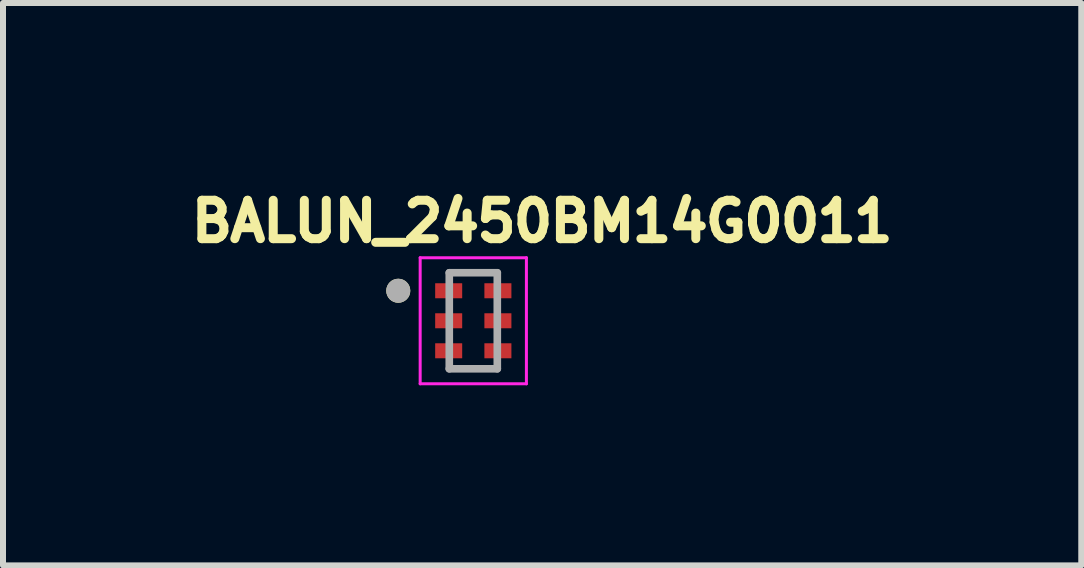
<source format=kicad_pcb>
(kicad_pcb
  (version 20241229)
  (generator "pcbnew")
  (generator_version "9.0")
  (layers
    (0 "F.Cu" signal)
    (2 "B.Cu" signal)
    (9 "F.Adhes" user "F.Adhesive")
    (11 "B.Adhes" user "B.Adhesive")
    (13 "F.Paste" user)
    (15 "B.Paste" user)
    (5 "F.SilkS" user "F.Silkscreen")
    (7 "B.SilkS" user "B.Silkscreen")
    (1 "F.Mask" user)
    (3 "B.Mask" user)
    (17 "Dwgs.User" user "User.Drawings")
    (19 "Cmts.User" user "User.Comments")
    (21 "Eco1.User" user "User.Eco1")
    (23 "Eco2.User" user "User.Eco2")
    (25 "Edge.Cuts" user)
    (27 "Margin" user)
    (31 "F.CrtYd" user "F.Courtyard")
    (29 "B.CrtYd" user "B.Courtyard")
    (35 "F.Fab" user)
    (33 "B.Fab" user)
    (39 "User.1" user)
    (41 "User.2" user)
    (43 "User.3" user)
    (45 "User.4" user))
  (footprint "BALUN_2450BM14G0011"
    (layer "F.Cu")
    (at 4.835 2.294)
    (property "Reference" "BALUN_2450BM14G0011" (at 1.147 -1.656 0) (layer "F.SilkS") (effects (font (size 0.64 0.64) (thickness 0.15))))
    (attr smd)
    (fp_circle (center -1.25 -0.5) (end -1.15 -0.5) (stroke (width 0.2) (type solid)) (fill no) (layer "F.SilkS"))
    (fp_line (start -0.885 -1.05) (end -0.885 1.05) (stroke (width 0.05) (type solid)) (layer "F.CrtYd"))
    (fp_line (start -0.885 1.05) (end 0.885 1.05) (stroke (width 0.05) (type solid)) (layer "F.CrtYd"))
    (fp_line (start 0.885 -1.05) (end -0.885 -1.05) (stroke (width 0.05) (type solid)) (layer "F.CrtYd"))
    (fp_line (start 0.885 1.05) (end 0.885 -1.05) (stroke (width 0.05) (type solid)) (layer "F.CrtYd"))
    (fp_line (start -0.4 -0.8) (end -0.4 0.8) (stroke (width 0.127) (type solid)) (layer "F.Fab"))
    (fp_line (start -0.4 0.8) (end 0.4 0.8) (stroke (width 0.127) (type solid)) (layer "F.Fab"))
    (fp_line (start 0.4 -0.8) (end -0.4 -0.8) (stroke (width 0.127) (type solid)) (layer "F.Fab"))
    (fp_line (start 0.4 0.8) (end 0.4 -0.8) (stroke (width 0.127) (type solid)) (layer "F.Fab"))
    (fp_circle (center -1.25 -0.5) (end -1.15 -0.5) (stroke (width 0.2) (type solid)) (fill no) (layer "F.Fab"))
    (pad "1" smd rect (at -0.41 -0.5) (size 0.45 0.25) (layers "F.Cu" "F.Mask" "F.Paste"))
    (pad "2" smd rect (at -0.41 0) (size 0.45 0.25) (layers "F.Cu" "F.Mask" "F.Paste"))
    (pad "3" smd rect (at -0.41 0.5) (size 0.45 0.25) (layers "F.Cu" "F.Mask" "F.Paste"))
    (pad "4" smd rect (at 0.41 0.5) (size 0.45 0.25) (layers "F.Cu" "F.Mask" "F.Paste"))
    (pad "5" smd rect (at 0.41 0) (size 0.45 0.25) (layers "F.Cu" "F.Mask" "F.Paste"))
    (pad "6" smd rect (at 0.41 -0.5) (size 0.45 0.25) (layers "F.Cu" "F.Mask" "F.Paste")))
  (gr_rect
    (start -3 -3)
    (end 14.964 6.369)
    (stroke (width 0.1) (type default))
    (fill no)
    (layer "Edge.Cuts")))
</source>
